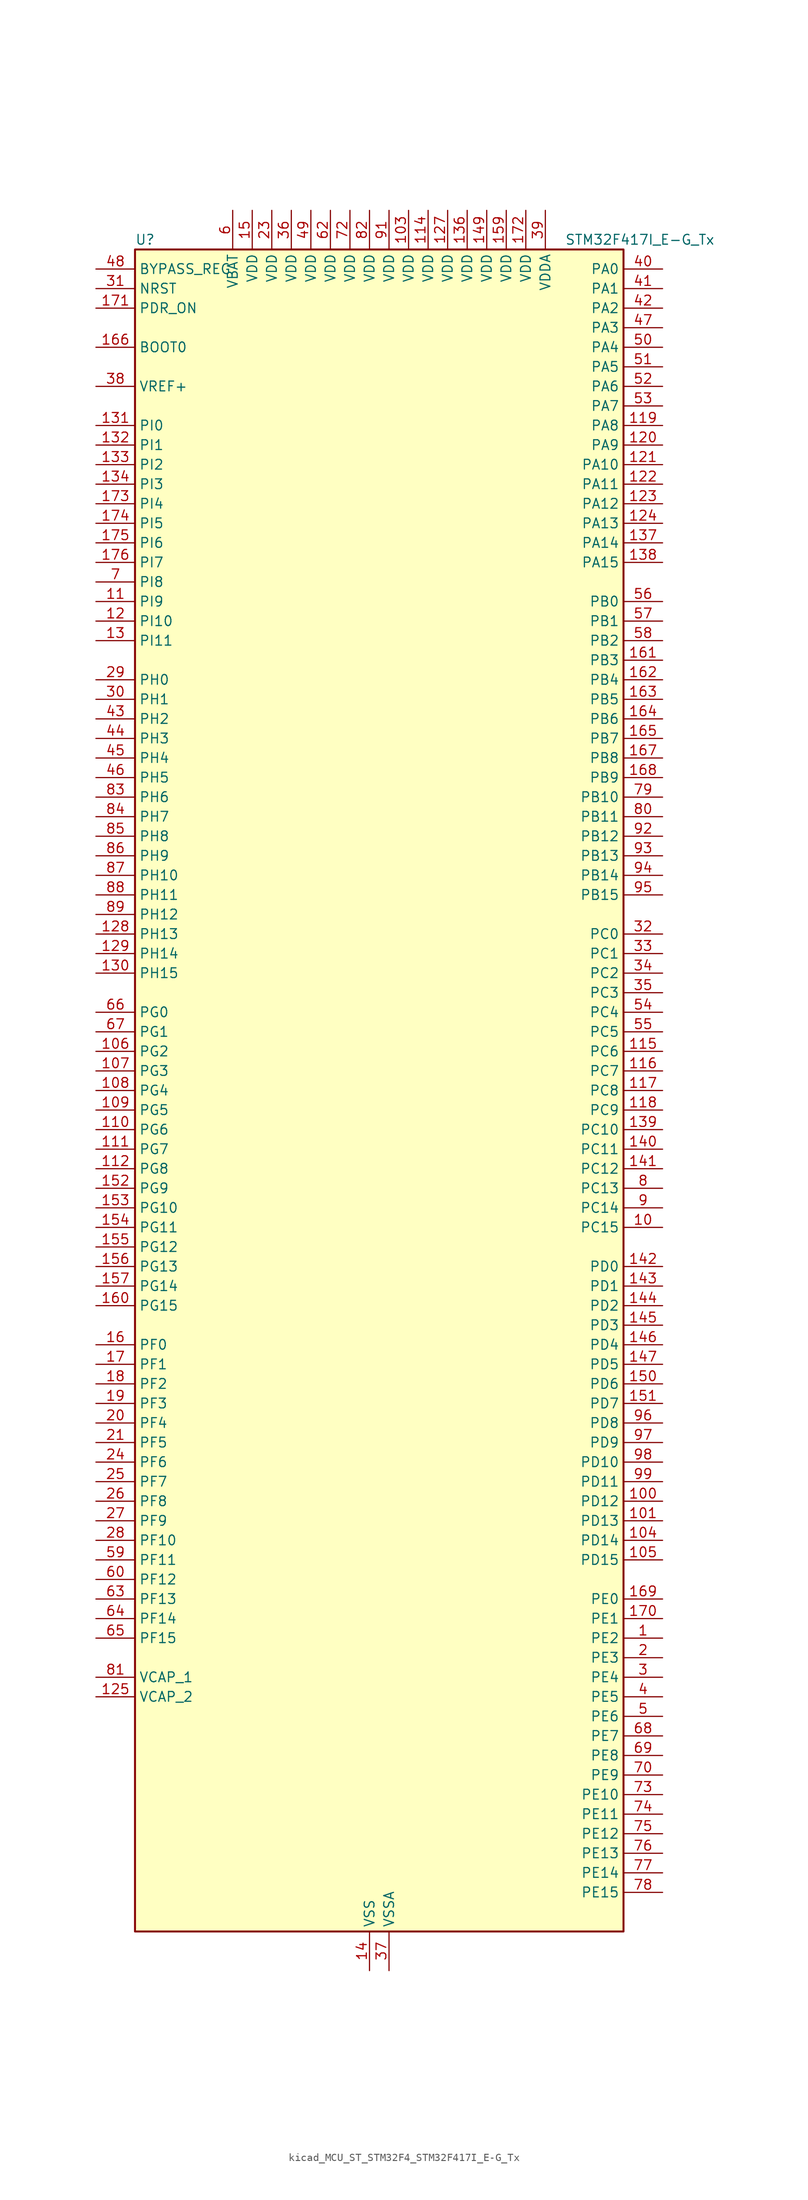
<source format=kicad_sym>
(kicad_symbol_lib
  (version 20220914)
  (generator kicad_symbol_editor)
  (symbol "kicad_MCU_ST_STM32F4_STM32F417I_E-G_Tx"
    (property "Reference" "U"
      (at -30.48 110.49 0)
      (effects (font (size 1.27 1.27)) (justify left)))
    (property "Value" "STM32F417I_E-G_Tx"
      (at 25.4 110.49 0)
      (effects (font (size 1.27 1.27)) (justify left)))
    (property "ki_locked" ""
      (at 0 0 0)
      (effects (font (size 1.27 1.27))))
    (symbol "kicad_MCU_ST_STM32F4_STM32F417I_E-G_Tx_0_1"
      (rectangle (start -30.48 -109.22) (end 33.02 109.22) (stroke (width 0.254) (type default)) (fill (type background))))
    (symbol "kicad_MCU_ST_STM32F4_STM32F417I_E-G_Tx_1_1"
      (pin bidirectional line (at 38.1 -71.12 180) (length 5.08) (name "PE2" (effects (font (size 1.27 1.27)))) (number "1" (effects (font (size 1.27 1.27)))) (alternate "ETH_TXD3" bidirectional line) (alternate "FSMC_A23" bidirectional line) (alternate "SYS_TRACECLK" bidirectional line))
      (pin bidirectional line (at 38.1 -17.78 180) (length 5.08) (name "PC15" (effects (font (size 1.27 1.27)))) (number "10" (effects (font (size 1.27 1.27)))) (alternate "ADC1_EXTI15" bidirectional line) (alternate "ADC2_EXTI15" bidirectional line) (alternate "ADC3_EXTI15" bidirectional line) (alternate "RCC_OSC32_OUT" bidirectional line))
      (pin bidirectional line (at 38.1 -53.34 180) (length 5.08) (name "PD12" (effects (font (size 1.27 1.27)))) (number "100" (effects (font (size 1.27 1.27)))) (alternate "FSMC_A17" bidirectional line) (alternate "FSMC_ALE" bidirectional line) (alternate "TIM4_CH1" bidirectional line) (alternate "USART3_RTS" bidirectional line))
      (pin bidirectional line (at 38.1 -55.88 180) (length 5.08) (name "PD13" (effects (font (size 1.27 1.27)))) (number "101" (effects (font (size 1.27 1.27)))) (alternate "FSMC_A18" bidirectional line) (alternate "TIM4_CH2" bidirectional line))
      (pin passive line (at 0 -114.3 90) (length 5.08) hide (name "VSS" (effects (font (size 1.27 1.27)))) (number "102" (effects (font (size 1.27 1.27)))))
      (pin power_in line (at 5.08 114.3 270) (length 5.08) (name "VDD" (effects (font (size 1.27 1.27)))) (number "103" (effects (font (size 1.27 1.27)))))
      (pin bidirectional line (at 38.1 -58.42 180) (length 5.08) (name "PD14" (effects (font (size 1.27 1.27)))) (number "104" (effects (font (size 1.27 1.27)))) (alternate "FSMC_D0" bidirectional line) (alternate "FSMC_DA0" bidirectional line) (alternate "TIM4_CH3" bidirectional line))
      (pin bidirectional line (at 38.1 -60.96 180) (length 5.08) (name "PD15" (effects (font (size 1.27 1.27)))) (number "105" (effects (font (size 1.27 1.27)))) (alternate "ADC1_EXTI15" bidirectional line) (alternate "ADC2_EXTI15" bidirectional line) (alternate "ADC3_EXTI15" bidirectional line) (alternate "FSMC_D1" bidirectional line) (alternate "FSMC_DA1" bidirectional line) (alternate "TIM4_CH4" bidirectional line))
      (pin bidirectional line (at -35.56 5.08 0) (length 5.08) (name "PG2" (effects (font (size 1.27 1.27)))) (number "106" (effects (font (size 1.27 1.27)))) (alternate "FSMC_A12" bidirectional line))
      (pin bidirectional line (at -35.56 2.54 0) (length 5.08) (name "PG3" (effects (font (size 1.27 1.27)))) (number "107" (effects (font (size 1.27 1.27)))) (alternate "FSMC_A13" bidirectional line))
      (pin bidirectional line (at -35.56 0 0) (length 5.08) (name "PG4" (effects (font (size 1.27 1.27)))) (number "108" (effects (font (size 1.27 1.27)))) (alternate "FSMC_A14" bidirectional line))
      (pin bidirectional line (at -35.56 -2.54 0) (length 5.08) (name "PG5" (effects (font (size 1.27 1.27)))) (number "109" (effects (font (size 1.27 1.27)))) (alternate "FSMC_A15" bidirectional line))
      (pin bidirectional line (at -35.56 63.5 0) (length 5.08) (name "PI9" (effects (font (size 1.27 1.27)))) (number "11" (effects (font (size 1.27 1.27)))) (alternate "CAN1_RX" bidirectional line) (alternate "DAC_EXTI9" bidirectional line))
      (pin bidirectional line (at -35.56 -5.08 0) (length 5.08) (name "PG6" (effects (font (size 1.27 1.27)))) (number "110" (effects (font (size 1.27 1.27)))) (alternate "FSMC_INT2" bidirectional line))
      (pin bidirectional line (at -35.56 -7.62 0) (length 5.08) (name "PG7" (effects (font (size 1.27 1.27)))) (number "111" (effects (font (size 1.27 1.27)))) (alternate "FSMC_INT3" bidirectional line) (alternate "USART6_CK" bidirectional line))
      (pin bidirectional line (at -35.56 -10.16 0) (length 5.08) (name "PG8" (effects (font (size 1.27 1.27)))) (number "112" (effects (font (size 1.27 1.27)))) (alternate "ETH_PPS_OUT" bidirectional line) (alternate "USART6_RTS" bidirectional line))
      (pin passive line (at 0 -114.3 90) (length 5.08) hide (name "VSS" (effects (font (size 1.27 1.27)))) (number "113" (effects (font (size 1.27 1.27)))))
      (pin power_in line (at 7.62 114.3 270) (length 5.08) (name "VDD" (effects (font (size 1.27 1.27)))) (number "114" (effects (font (size 1.27 1.27)))))
      (pin bidirectional line (at 38.1 5.08 180) (length 5.08) (name "PC6" (effects (font (size 1.27 1.27)))) (number "115" (effects (font (size 1.27 1.27)))) (alternate "DCMI_D0" bidirectional line) (alternate "I2S2_MCK" bidirectional line) (alternate "SDIO_D6" bidirectional line) (alternate "TIM3_CH1" bidirectional line) (alternate "TIM8_CH1" bidirectional line) (alternate "USART6_TX" bidirectional line))
      (pin bidirectional line (at 38.1 2.54 180) (length 5.08) (name "PC7" (effects (font (size 1.27 1.27)))) (number "116" (effects (font (size 1.27 1.27)))) (alternate "DCMI_D1" bidirectional line) (alternate "I2S3_MCK" bidirectional line) (alternate "SDIO_D7" bidirectional line) (alternate "TIM3_CH2" bidirectional line) (alternate "TIM8_CH2" bidirectional line) (alternate "USART6_RX" bidirectional line))
      (pin bidirectional line (at 38.1 0 180) (length 5.08) (name "PC8" (effects (font (size 1.27 1.27)))) (number "117" (effects (font (size 1.27 1.27)))) (alternate "DCMI_D2" bidirectional line) (alternate "SDIO_D0" bidirectional line) (alternate "TIM3_CH3" bidirectional line) (alternate "TIM8_CH3" bidirectional line) (alternate "USART6_CK" bidirectional line))
      (pin bidirectional line (at 38.1 -2.54 180) (length 5.08) (name "PC9" (effects (font (size 1.27 1.27)))) (number "118" (effects (font (size 1.27 1.27)))) (alternate "DAC_EXTI9" bidirectional line) (alternate "DCMI_D3" bidirectional line) (alternate "I2C3_SDA" bidirectional line) (alternate "I2S_CKIN" bidirectional line) (alternate "RCC_MCO_2" bidirectional line) (alternate "SDIO_D1" bidirectional line) (alternate "TIM3_CH4" bidirectional line) (alternate "TIM8_CH4" bidirectional line))
      (pin bidirectional line (at 38.1 86.36 180) (length 5.08) (name "PA8" (effects (font (size 1.27 1.27)))) (number "119" (effects (font (size 1.27 1.27)))) (alternate "I2C3_SCL" bidirectional line) (alternate "RCC_MCO_1" bidirectional line) (alternate "TIM1_CH1" bidirectional line) (alternate "USART1_CK" bidirectional line) (alternate "USB_OTG_FS_SOF" bidirectional line))
      (pin bidirectional line (at -35.56 60.96 0) (length 5.08) (name "PI10" (effects (font (size 1.27 1.27)))) (number "12" (effects (font (size 1.27 1.27)))) (alternate "ETH_RX_ER" bidirectional line))
      (pin bidirectional line (at 38.1 83.82 180) (length 5.08) (name "PA9" (effects (font (size 1.27 1.27)))) (number "120" (effects (font (size 1.27 1.27)))) (alternate "DAC_EXTI9" bidirectional line) (alternate "DCMI_D0" bidirectional line) (alternate "I2C3_SMBA" bidirectional line) (alternate "TIM1_CH2" bidirectional line) (alternate "USART1_TX" bidirectional line) (alternate "USB_OTG_FS_VBUS" bidirectional line))
      (pin bidirectional line (at 38.1 81.28 180) (length 5.08) (name "PA10" (effects (font (size 1.27 1.27)))) (number "121" (effects (font (size 1.27 1.27)))) (alternate "DCMI_D1" bidirectional line) (alternate "TIM1_CH3" bidirectional line) (alternate "USART1_RX" bidirectional line) (alternate "USB_OTG_FS_ID" bidirectional line))
      (pin bidirectional line (at 38.1 78.74 180) (length 5.08) (name "PA11" (effects (font (size 1.27 1.27)))) (number "122" (effects (font (size 1.27 1.27)))) (alternate "ADC1_EXTI11" bidirectional line) (alternate "ADC2_EXTI11" bidirectional line) (alternate "ADC3_EXTI11" bidirectional line) (alternate "CAN1_RX" bidirectional line) (alternate "TIM1_CH4" bidirectional line) (alternate "USART1_CTS" bidirectional line) (alternate "USB_OTG_FS_DM" bidirectional line))
      (pin bidirectional line (at 38.1 76.2 180) (length 5.08) (name "PA12" (effects (font (size 1.27 1.27)))) (number "123" (effects (font (size 1.27 1.27)))) (alternate "CAN1_TX" bidirectional line) (alternate "TIM1_ETR" bidirectional line) (alternate "USART1_RTS" bidirectional line) (alternate "USB_OTG_FS_DP" bidirectional line))
      (pin bidirectional line (at 38.1 73.66 180) (length 5.08) (name "PA13" (effects (font (size 1.27 1.27)))) (number "124" (effects (font (size 1.27 1.27)))) (alternate "SYS_JTMS-SWDIO" bidirectional line))
      (pin power_out line (at -35.56 -78.74 0) (length 5.08) (name "VCAP_2" (effects (font (size 1.27 1.27)))) (number "125" (effects (font (size 1.27 1.27)))))
      (pin passive line (at 0 -114.3 90) (length 5.08) hide (name "VSS" (effects (font (size 1.27 1.27)))) (number "126" (effects (font (size 1.27 1.27)))))
      (pin power_in line (at 10.16 114.3 270) (length 5.08) (name "VDD" (effects (font (size 1.27 1.27)))) (number "127" (effects (font (size 1.27 1.27)))))
      (pin bidirectional line (at -35.56 20.32 0) (length 5.08) (name "PH13" (effects (font (size 1.27 1.27)))) (number "128" (effects (font (size 1.27 1.27)))) (alternate "CAN1_TX" bidirectional line) (alternate "TIM8_CH1N" bidirectional line))
      (pin bidirectional line (at -35.56 17.78 0) (length 5.08) (name "PH14" (effects (font (size 1.27 1.27)))) (number "129" (effects (font (size 1.27 1.27)))) (alternate "DCMI_D4" bidirectional line) (alternate "TIM8_CH2N" bidirectional line))
      (pin bidirectional line (at -35.56 58.42 0) (length 5.08) (name "PI11" (effects (font (size 1.27 1.27)))) (number "13" (effects (font (size 1.27 1.27)))) (alternate "ADC1_EXTI11" bidirectional line) (alternate "ADC2_EXTI11" bidirectional line) (alternate "ADC3_EXTI11" bidirectional line) (alternate "USB_OTG_HS_ULPI_DIR" bidirectional line))
      (pin bidirectional line (at -35.56 15.24 0) (length 5.08) (name "PH15" (effects (font (size 1.27 1.27)))) (number "130" (effects (font (size 1.27 1.27)))) (alternate "ADC1_EXTI15" bidirectional line) (alternate "ADC2_EXTI15" bidirectional line) (alternate "ADC3_EXTI15" bidirectional line) (alternate "DCMI_D11" bidirectional line) (alternate "TIM8_CH3N" bidirectional line))
      (pin bidirectional line (at -35.56 86.36 0) (length 5.08) (name "PI0" (effects (font (size 1.27 1.27)))) (number "131" (effects (font (size 1.27 1.27)))) (alternate "DCMI_D13" bidirectional line) (alternate "I2S2_WS" bidirectional line) (alternate "SPI2_NSS" bidirectional line) (alternate "TIM5_CH4" bidirectional line))
      (pin bidirectional line (at -35.56 83.82 0) (length 5.08) (name "PI1" (effects (font (size 1.27 1.27)))) (number "132" (effects (font (size 1.27 1.27)))) (alternate "DCMI_D8" bidirectional line) (alternate "I2S2_CK" bidirectional line) (alternate "SPI2_SCK" bidirectional line))
      (pin bidirectional line (at -35.56 81.28 0) (length 5.08) (name "PI2" (effects (font (size 1.27 1.27)))) (number "133" (effects (font (size 1.27 1.27)))) (alternate "DCMI_D9" bidirectional line) (alternate "I2S2_ext_SD" bidirectional line) (alternate "SPI2_MISO" bidirectional line) (alternate "TIM8_CH4" bidirectional line))
      (pin bidirectional line (at -35.56 78.74 0) (length 5.08) (name "PI3" (effects (font (size 1.27 1.27)))) (number "134" (effects (font (size 1.27 1.27)))) (alternate "DCMI_D10" bidirectional line) (alternate "I2S2_SD" bidirectional line) (alternate "SPI2_MOSI" bidirectional line) (alternate "TIM8_ETR" bidirectional line))
      (pin passive line (at 0 -114.3 90) (length 5.08) hide (name "VSS" (effects (font (size 1.27 1.27)))) (number "135" (effects (font (size 1.27 1.27)))))
      (pin power_in line (at 12.7 114.3 270) (length 5.08) (name "VDD" (effects (font (size 1.27 1.27)))) (number "136" (effects (font (size 1.27 1.27)))))
      (pin bidirectional line (at 38.1 71.12 180) (length 5.08) (name "PA14" (effects (font (size 1.27 1.27)))) (number "137" (effects (font (size 1.27 1.27)))) (alternate "SYS_JTCK-SWCLK" bidirectional line))
      (pin bidirectional line (at 38.1 68.58 180) (length 5.08) (name "PA15" (effects (font (size 1.27 1.27)))) (number "138" (effects (font (size 1.27 1.27)))) (alternate "ADC1_EXTI15" bidirectional line) (alternate "ADC2_EXTI15" bidirectional line) (alternate "ADC3_EXTI15" bidirectional line) (alternate "I2S3_WS" bidirectional line) (alternate "SPI1_NSS" bidirectional line) (alternate "SPI3_NSS" bidirectional line) (alternate "SYS_JTDI" bidirectional line) (alternate "TIM2_CH1" bidirectional line) (alternate "TIM2_ETR" bidirectional line))
      (pin bidirectional line (at 38.1 -5.08 180) (length 5.08) (name "PC10" (effects (font (size 1.27 1.27)))) (number "139" (effects (font (size 1.27 1.27)))) (alternate "DCMI_D8" bidirectional line) (alternate "I2S3_CK" bidirectional line) (alternate "SDIO_D2" bidirectional line) (alternate "SPI3_SCK" bidirectional line) (alternate "UART4_TX" bidirectional line) (alternate "USART3_TX" bidirectional line))
      (pin power_in line (at 0 -114.3 90) (length 5.08) (name "VSS" (effects (font (size 1.27 1.27)))) (number "14" (effects (font (size 1.27 1.27)))))
      (pin bidirectional line (at 38.1 -7.62 180) (length 5.08) (name "PC11" (effects (font (size 1.27 1.27)))) (number "140" (effects (font (size 1.27 1.27)))) (alternate "ADC1_EXTI11" bidirectional line) (alternate "ADC2_EXTI11" bidirectional line) (alternate "ADC3_EXTI11" bidirectional line) (alternate "DCMI_D4" bidirectional line) (alternate "I2S3_ext_SD" bidirectional line) (alternate "SDIO_D3" bidirectional line) (alternate "SPI3_MISO" bidirectional line) (alternate "UART4_RX" bidirectional line) (alternate "USART3_RX" bidirectional line))
      (pin bidirectional line (at 38.1 -10.16 180) (length 5.08) (name "PC12" (effects (font (size 1.27 1.27)))) (number "141" (effects (font (size 1.27 1.27)))) (alternate "DCMI_D9" bidirectional line) (alternate "I2S3_SD" bidirectional line) (alternate "SDIO_CK" bidirectional line) (alternate "SPI3_MOSI" bidirectional line) (alternate "UART5_TX" bidirectional line) (alternate "USART3_CK" bidirectional line))
      (pin bidirectional line (at 38.1 -22.86 180) (length 5.08) (name "PD0" (effects (font (size 1.27 1.27)))) (number "142" (effects (font (size 1.27 1.27)))) (alternate "CAN1_RX" bidirectional line) (alternate "FSMC_D2" bidirectional line) (alternate "FSMC_DA2" bidirectional line))
      (pin bidirectional line (at 38.1 -25.4 180) (length 5.08) (name "PD1" (effects (font (size 1.27 1.27)))) (number "143" (effects (font (size 1.27 1.27)))) (alternate "CAN1_TX" bidirectional line) (alternate "FSMC_D3" bidirectional line) (alternate "FSMC_DA3" bidirectional line))
      (pin bidirectional line (at 38.1 -27.94 180) (length 5.08) (name "PD2" (effects (font (size 1.27 1.27)))) (number "144" (effects (font (size 1.27 1.27)))) (alternate "DCMI_D11" bidirectional line) (alternate "SDIO_CMD" bidirectional line) (alternate "TIM3_ETR" bidirectional line) (alternate "UART5_RX" bidirectional line))
      (pin bidirectional line (at 38.1 -30.48 180) (length 5.08) (name "PD3" (effects (font (size 1.27 1.27)))) (number "145" (effects (font (size 1.27 1.27)))) (alternate "FSMC_CLK" bidirectional line) (alternate "USART2_CTS" bidirectional line))
      (pin bidirectional line (at 38.1 -33.02 180) (length 5.08) (name "PD4" (effects (font (size 1.27 1.27)))) (number "146" (effects (font (size 1.27 1.27)))) (alternate "FSMC_NOE" bidirectional line) (alternate "USART2_RTS" bidirectional line))
      (pin bidirectional line (at 38.1 -35.56 180) (length 5.08) (name "PD5" (effects (font (size 1.27 1.27)))) (number "147" (effects (font (size 1.27 1.27)))) (alternate "FSMC_NWE" bidirectional line) (alternate "USART2_TX" bidirectional line))
      (pin passive line (at 0 -114.3 90) (length 5.08) hide (name "VSS" (effects (font (size 1.27 1.27)))) (number "148" (effects (font (size 1.27 1.27)))))
      (pin power_in line (at 15.24 114.3 270) (length 5.08) (name "VDD" (effects (font (size 1.27 1.27)))) (number "149" (effects (font (size 1.27 1.27)))))
      (pin power_in line (at -15.24 114.3 270) (length 5.08) (name "VDD" (effects (font (size 1.27 1.27)))) (number "15" (effects (font (size 1.27 1.27)))))
      (pin bidirectional line (at 38.1 -38.1 180) (length 5.08) (name "PD6" (effects (font (size 1.27 1.27)))) (number "150" (effects (font (size 1.27 1.27)))) (alternate "FSMC_NWAIT" bidirectional line) (alternate "USART2_RX" bidirectional line))
      (pin bidirectional line (at 38.1 -40.64 180) (length 5.08) (name "PD7" (effects (font (size 1.27 1.27)))) (number "151" (effects (font (size 1.27 1.27)))) (alternate "FSMC_NCE2" bidirectional line) (alternate "FSMC_NE1" bidirectional line) (alternate "USART2_CK" bidirectional line))
      (pin bidirectional line (at -35.56 -12.7 0) (length 5.08) (name "PG9" (effects (font (size 1.27 1.27)))) (number "152" (effects (font (size 1.27 1.27)))) (alternate "DAC_EXTI9" bidirectional line) (alternate "FSMC_NCE3" bidirectional line) (alternate "FSMC_NE2" bidirectional line) (alternate "USART6_RX" bidirectional line))
      (pin bidirectional line (at -35.56 -15.24 0) (length 5.08) (name "PG10" (effects (font (size 1.27 1.27)))) (number "153" (effects (font (size 1.27 1.27)))) (alternate "FSMC_NCE4_1" bidirectional line) (alternate "FSMC_NE3" bidirectional line))
      (pin bidirectional line (at -35.56 -17.78 0) (length 5.08) (name "PG11" (effects (font (size 1.27 1.27)))) (number "154" (effects (font (size 1.27 1.27)))) (alternate "ADC1_EXTI11" bidirectional line) (alternate "ADC2_EXTI11" bidirectional line) (alternate "ADC3_EXTI11" bidirectional line) (alternate "ETH_TX_EN" bidirectional line) (alternate "FSMC_NCE4_2" bidirectional line))
      (pin bidirectional line (at -35.56 -20.32 0) (length 5.08) (name "PG12" (effects (font (size 1.27 1.27)))) (number "155" (effects (font (size 1.27 1.27)))) (alternate "FSMC_NE4" bidirectional line) (alternate "USART6_RTS" bidirectional line))
      (pin bidirectional line (at -35.56 -22.86 0) (length 5.08) (name "PG13" (effects (font (size 1.27 1.27)))) (number "156" (effects (font (size 1.27 1.27)))) (alternate "ETH_TXD0" bidirectional line) (alternate "FSMC_A24" bidirectional line) (alternate "USART6_CTS" bidirectional line))
      (pin bidirectional line (at -35.56 -25.4 0) (length 5.08) (name "PG14" (effects (font (size 1.27 1.27)))) (number "157" (effects (font (size 1.27 1.27)))) (alternate "ETH_TXD1" bidirectional line) (alternate "FSMC_A25" bidirectional line) (alternate "USART6_TX" bidirectional line))
      (pin passive line (at 0 -114.3 90) (length 5.08) hide (name "VSS" (effects (font (size 1.27 1.27)))) (number "158" (effects (font (size 1.27 1.27)))))
      (pin power_in line (at 17.78 114.3 270) (length 5.08) (name "VDD" (effects (font (size 1.27 1.27)))) (number "159" (effects (font (size 1.27 1.27)))))
      (pin bidirectional line (at -35.56 -33.02 0) (length 5.08) (name "PF0" (effects (font (size 1.27 1.27)))) (number "16" (effects (font (size 1.27 1.27)))) (alternate "FSMC_A0" bidirectional line) (alternate "I2C2_SDA" bidirectional line))
      (pin bidirectional line (at -35.56 -27.94 0) (length 5.08) (name "PG15" (effects (font (size 1.27 1.27)))) (number "160" (effects (font (size 1.27 1.27)))) (alternate "ADC1_EXTI15" bidirectional line) (alternate "ADC2_EXTI15" bidirectional line) (alternate "ADC3_EXTI15" bidirectional line) (alternate "DCMI_D13" bidirectional line) (alternate "USART6_CTS" bidirectional line))
      (pin bidirectional line (at 38.1 55.88 180) (length 5.08) (name "PB3" (effects (font (size 1.27 1.27)))) (number "161" (effects (font (size 1.27 1.27)))) (alternate "I2S3_CK" bidirectional line) (alternate "SPI1_SCK" bidirectional line) (alternate "SPI3_SCK" bidirectional line) (alternate "SYS_JTDO-SWO" bidirectional line) (alternate "TIM2_CH2" bidirectional line))
      (pin bidirectional line (at 38.1 53.34 180) (length 5.08) (name "PB4" (effects (font (size 1.27 1.27)))) (number "162" (effects (font (size 1.27 1.27)))) (alternate "I2S3_ext_SD" bidirectional line) (alternate "SPI1_MISO" bidirectional line) (alternate "SPI3_MISO" bidirectional line) (alternate "SYS_JTRST" bidirectional line) (alternate "TIM3_CH1" bidirectional line))
      (pin bidirectional line (at 38.1 50.8 180) (length 5.08) (name "PB5" (effects (font (size 1.27 1.27)))) (number "163" (effects (font (size 1.27 1.27)))) (alternate "CAN2_RX" bidirectional line) (alternate "DCMI_D10" bidirectional line) (alternate "ETH_PPS_OUT" bidirectional line) (alternate "I2C1_SMBA" bidirectional line) (alternate "I2S3_SD" bidirectional line) (alternate "SPI1_MOSI" bidirectional line) (alternate "SPI3_MOSI" bidirectional line) (alternate "TIM3_CH2" bidirectional line) (alternate "USB_OTG_HS_ULPI_D7" bidirectional line))
      (pin bidirectional line (at 38.1 48.26 180) (length 5.08) (name "PB6" (effects (font (size 1.27 1.27)))) (number "164" (effects (font (size 1.27 1.27)))) (alternate "CAN2_TX" bidirectional line) (alternate "DCMI_D5" bidirectional line) (alternate "I2C1_SCL" bidirectional line) (alternate "TIM4_CH1" bidirectional line) (alternate "USART1_TX" bidirectional line))
      (pin bidirectional line (at 38.1 45.72 180) (length 5.08) (name "PB7" (effects (font (size 1.27 1.27)))) (number "165" (effects (font (size 1.27 1.27)))) (alternate "DCMI_VSYNC" bidirectional line) (alternate "FSMC_NL" bidirectional line) (alternate "I2C1_SDA" bidirectional line) (alternate "TIM4_CH2" bidirectional line) (alternate "USART1_RX" bidirectional line))
      (pin input line (at -35.56 96.52 0) (length 5.08) (name "BOOT0" (effects (font (size 1.27 1.27)))) (number "166" (effects (font (size 1.27 1.27)))))
      (pin bidirectional line (at 38.1 43.18 180) (length 5.08) (name "PB8" (effects (font (size 1.27 1.27)))) (number "167" (effects (font (size 1.27 1.27)))) (alternate "CAN1_RX" bidirectional line) (alternate "DCMI_D6" bidirectional line) (alternate "ETH_TXD3" bidirectional line) (alternate "I2C1_SCL" bidirectional line) (alternate "SDIO_D4" bidirectional line) (alternate "TIM10_CH1" bidirectional line) (alternate "TIM4_CH3" bidirectional line))
      (pin bidirectional line (at 38.1 40.64 180) (length 5.08) (name "PB9" (effects (font (size 1.27 1.27)))) (number "168" (effects (font (size 1.27 1.27)))) (alternate "CAN1_TX" bidirectional line) (alternate "DAC_EXTI9" bidirectional line) (alternate "DCMI_D7" bidirectional line) (alternate "I2C1_SDA" bidirectional line) (alternate "I2S2_WS" bidirectional line) (alternate "SDIO_D5" bidirectional line) (alternate "SPI2_NSS" bidirectional line) (alternate "TIM11_CH1" bidirectional line) (alternate "TIM4_CH4" bidirectional line))
      (pin bidirectional line (at 38.1 -66.04 180) (length 5.08) (name "PE0" (effects (font (size 1.27 1.27)))) (number "169" (effects (font (size 1.27 1.27)))) (alternate "DCMI_D2" bidirectional line) (alternate "FSMC_NBL0" bidirectional line) (alternate "TIM4_ETR" bidirectional line))
      (pin bidirectional line (at -35.56 -35.56 0) (length 5.08) (name "PF1" (effects (font (size 1.27 1.27)))) (number "17" (effects (font (size 1.27 1.27)))) (alternate "FSMC_A1" bidirectional line) (alternate "I2C2_SCL" bidirectional line))
      (pin bidirectional line (at 38.1 -68.58 180) (length 5.08) (name "PE1" (effects (font (size 1.27 1.27)))) (number "170" (effects (font (size 1.27 1.27)))) (alternate "DCMI_D3" bidirectional line) (alternate "FSMC_NBL1" bidirectional line))
      (pin input line (at -35.56 101.6 0) (length 5.08) (name "PDR_ON" (effects (font (size 1.27 1.27)))) (number "171" (effects (font (size 1.27 1.27)))))
      (pin power_in line (at 20.32 114.3 270) (length 5.08) (name "VDD" (effects (font (size 1.27 1.27)))) (number "172" (effects (font (size 1.27 1.27)))))
      (pin bidirectional line (at -35.56 76.2 0) (length 5.08) (name "PI4" (effects (font (size 1.27 1.27)))) (number "173" (effects (font (size 1.27 1.27)))) (alternate "DCMI_D5" bidirectional line) (alternate "TIM8_BKIN" bidirectional line))
      (pin bidirectional line (at -35.56 73.66 0) (length 5.08) (name "PI5" (effects (font (size 1.27 1.27)))) (number "174" (effects (font (size 1.27 1.27)))) (alternate "DCMI_VSYNC" bidirectional line) (alternate "TIM8_CH1" bidirectional line))
      (pin bidirectional line (at -35.56 71.12 0) (length 5.08) (name "PI6" (effects (font (size 1.27 1.27)))) (number "175" (effects (font (size 1.27 1.27)))) (alternate "DCMI_D6" bidirectional line) (alternate "TIM8_CH2" bidirectional line))
      (pin bidirectional line (at -35.56 68.58 0) (length 5.08) (name "PI7" (effects (font (size 1.27 1.27)))) (number "176" (effects (font (size 1.27 1.27)))) (alternate "DCMI_D7" bidirectional line) (alternate "TIM8_CH3" bidirectional line))
      (pin bidirectional line (at -35.56 -38.1 0) (length 5.08) (name "PF2" (effects (font (size 1.27 1.27)))) (number "18" (effects (font (size 1.27 1.27)))) (alternate "FSMC_A2" bidirectional line) (alternate "I2C2_SMBA" bidirectional line))
      (pin bidirectional line (at -35.56 -40.64 0) (length 5.08) (name "PF3" (effects (font (size 1.27 1.27)))) (number "19" (effects (font (size 1.27 1.27)))) (alternate "ADC3_IN9" bidirectional line) (alternate "FSMC_A3" bidirectional line))
      (pin bidirectional line (at 38.1 -73.66 180) (length 5.08) (name "PE3" (effects (font (size 1.27 1.27)))) (number "2" (effects (font (size 1.27 1.27)))) (alternate "FSMC_A19" bidirectional line) (alternate "SYS_TRACED0" bidirectional line))
      (pin bidirectional line (at -35.56 -43.18 0) (length 5.08) (name "PF4" (effects (font (size 1.27 1.27)))) (number "20" (effects (font (size 1.27 1.27)))) (alternate "ADC3_IN14" bidirectional line) (alternate "FSMC_A4" bidirectional line))
      (pin bidirectional line (at -35.56 -45.72 0) (length 5.08) (name "PF5" (effects (font (size 1.27 1.27)))) (number "21" (effects (font (size 1.27 1.27)))) (alternate "ADC3_IN15" bidirectional line) (alternate "FSMC_A5" bidirectional line))
      (pin passive line (at 0 -114.3 90) (length 5.08) hide (name "VSS" (effects (font (size 1.27 1.27)))) (number "22" (effects (font (size 1.27 1.27)))))
      (pin power_in line (at -12.7 114.3 270) (length 5.08) (name "VDD" (effects (font (size 1.27 1.27)))) (number "23" (effects (font (size 1.27 1.27)))))
      (pin bidirectional line (at -35.56 -48.26 0) (length 5.08) (name "PF6" (effects (font (size 1.27 1.27)))) (number "24" (effects (font (size 1.27 1.27)))) (alternate "ADC3_IN4" bidirectional line) (alternate "FSMC_NIORD" bidirectional line) (alternate "TIM10_CH1" bidirectional line))
      (pin bidirectional line (at -35.56 -50.8 0) (length 5.08) (name "PF7" (effects (font (size 1.27 1.27)))) (number "25" (effects (font (size 1.27 1.27)))) (alternate "ADC3_IN5" bidirectional line) (alternate "FSMC_NREG" bidirectional line) (alternate "TIM11_CH1" bidirectional line))
      (pin bidirectional line (at -35.56 -53.34 0) (length 5.08) (name "PF8" (effects (font (size 1.27 1.27)))) (number "26" (effects (font (size 1.27 1.27)))) (alternate "ADC3_IN6" bidirectional line) (alternate "FSMC_NIOWR" bidirectional line) (alternate "TIM13_CH1" bidirectional line))
      (pin bidirectional line (at -35.56 -55.88 0) (length 5.08) (name "PF9" (effects (font (size 1.27 1.27)))) (number "27" (effects (font (size 1.27 1.27)))) (alternate "ADC3_IN7" bidirectional line) (alternate "DAC_EXTI9" bidirectional line) (alternate "FSMC_CD" bidirectional line) (alternate "TIM14_CH1" bidirectional line))
      (pin bidirectional line (at -35.56 -58.42 0) (length 5.08) (name "PF10" (effects (font (size 1.27 1.27)))) (number "28" (effects (font (size 1.27 1.27)))) (alternate "ADC3_IN8" bidirectional line) (alternate "FSMC_INTR" bidirectional line))
      (pin bidirectional line (at -35.56 53.34 0) (length 5.08) (name "PH0" (effects (font (size 1.27 1.27)))) (number "29" (effects (font (size 1.27 1.27)))) (alternate "RCC_OSC_IN" bidirectional line))
      (pin bidirectional line (at 38.1 -76.2 180) (length 5.08) (name "PE4" (effects (font (size 1.27 1.27)))) (number "3" (effects (font (size 1.27 1.27)))) (alternate "DCMI_D4" bidirectional line) (alternate "FSMC_A20" bidirectional line) (alternate "SYS_TRACED1" bidirectional line))
      (pin bidirectional line (at -35.56 50.8 0) (length 5.08) (name "PH1" (effects (font (size 1.27 1.27)))) (number "30" (effects (font (size 1.27 1.27)))) (alternate "RCC_OSC_OUT" bidirectional line))
      (pin input line (at -35.56 104.14 0) (length 5.08) (name "NRST" (effects (font (size 1.27 1.27)))) (number "31" (effects (font (size 1.27 1.27)))))
      (pin bidirectional line (at 38.1 20.32 180) (length 5.08) (name "PC0" (effects (font (size 1.27 1.27)))) (number "32" (effects (font (size 1.27 1.27)))) (alternate "ADC1_IN10" bidirectional line) (alternate "ADC2_IN10" bidirectional line) (alternate "ADC3_IN10" bidirectional line) (alternate "USB_OTG_HS_ULPI_STP" bidirectional line))
      (pin bidirectional line (at 38.1 17.78 180) (length 5.08) (name "PC1" (effects (font (size 1.27 1.27)))) (number "33" (effects (font (size 1.27 1.27)))) (alternate "ADC1_IN11" bidirectional line) (alternate "ADC2_IN11" bidirectional line) (alternate "ADC3_IN11" bidirectional line) (alternate "ETH_MDC" bidirectional line))
      (pin bidirectional line (at 38.1 15.24 180) (length 5.08) (name "PC2" (effects (font (size 1.27 1.27)))) (number "34" (effects (font (size 1.27 1.27)))) (alternate "ADC1_IN12" bidirectional line) (alternate "ADC2_IN12" bidirectional line) (alternate "ADC3_IN12" bidirectional line) (alternate "ETH_TXD2" bidirectional line) (alternate "I2S2_ext_SD" bidirectional line) (alternate "SPI2_MISO" bidirectional line) (alternate "USB_OTG_HS_ULPI_DIR" bidirectional line))
      (pin bidirectional line (at 38.1 12.7 180) (length 5.08) (name "PC3" (effects (font (size 1.27 1.27)))) (number "35" (effects (font (size 1.27 1.27)))) (alternate "ADC1_IN13" bidirectional line) (alternate "ADC2_IN13" bidirectional line) (alternate "ADC3_IN13" bidirectional line) (alternate "ETH_TX_CLK" bidirectional line) (alternate "I2S2_SD" bidirectional line) (alternate "SPI2_MOSI" bidirectional line) (alternate "USB_OTG_HS_ULPI_NXT" bidirectional line))
      (pin power_in line (at -10.16 114.3 270) (length 5.08) (name "VDD" (effects (font (size 1.27 1.27)))) (number "36" (effects (font (size 1.27 1.27)))))
      (pin power_in line (at 2.54 -114.3 90) (length 5.08) (name "VSSA" (effects (font (size 1.27 1.27)))) (number "37" (effects (font (size 1.27 1.27)))))
      (pin input line (at -35.56 91.44 0) (length 5.08) (name "VREF+" (effects (font (size 1.27 1.27)))) (number "38" (effects (font (size 1.27 1.27)))))
      (pin power_in line (at 22.86 114.3 270) (length 5.08) (name "VDDA" (effects (font (size 1.27 1.27)))) (number "39" (effects (font (size 1.27 1.27)))))
      (pin bidirectional line (at 38.1 -78.74 180) (length 5.08) (name "PE5" (effects (font (size 1.27 1.27)))) (number "4" (effects (font (size 1.27 1.27)))) (alternate "DCMI_D6" bidirectional line) (alternate "FSMC_A21" bidirectional line) (alternate "SYS_TRACED2" bidirectional line) (alternate "TIM9_CH1" bidirectional line))
      (pin bidirectional line (at 38.1 106.68 180) (length 5.08) (name "PA0" (effects (font (size 1.27 1.27)))) (number "40" (effects (font (size 1.27 1.27)))) (alternate "ADC1_IN0" bidirectional line) (alternate "ADC2_IN0" bidirectional line) (alternate "ADC3_IN0" bidirectional line) (alternate "ETH_CRS" bidirectional line) (alternate "SYS_WKUP" bidirectional line) (alternate "TIM2_CH1" bidirectional line) (alternate "TIM2_ETR" bidirectional line) (alternate "TIM5_CH1" bidirectional line) (alternate "TIM8_ETR" bidirectional line) (alternate "UART4_TX" bidirectional line) (alternate "USART2_CTS" bidirectional line))
      (pin bidirectional line (at 38.1 104.14 180) (length 5.08) (name "PA1" (effects (font (size 1.27 1.27)))) (number "41" (effects (font (size 1.27 1.27)))) (alternate "ADC1_IN1" bidirectional line) (alternate "ADC2_IN1" bidirectional line) (alternate "ADC3_IN1" bidirectional line) (alternate "ETH_REF_CLK" bidirectional line) (alternate "ETH_RX_CLK" bidirectional line) (alternate "TIM2_CH2" bidirectional line) (alternate "TIM5_CH2" bidirectional line) (alternate "UART4_RX" bidirectional line) (alternate "USART2_RTS" bidirectional line))
      (pin bidirectional line (at 38.1 101.6 180) (length 5.08) (name "PA2" (effects (font (size 1.27 1.27)))) (number "42" (effects (font (size 1.27 1.27)))) (alternate "ADC1_IN2" bidirectional line) (alternate "ADC2_IN2" bidirectional line) (alternate "ADC3_IN2" bidirectional line) (alternate "ETH_MDIO" bidirectional line) (alternate "TIM2_CH3" bidirectional line) (alternate "TIM5_CH3" bidirectional line) (alternate "TIM9_CH1" bidirectional line) (alternate "USART2_TX" bidirectional line))
      (pin bidirectional line (at -35.56 48.26 0) (length 5.08) (name "PH2" (effects (font (size 1.27 1.27)))) (number "43" (effects (font (size 1.27 1.27)))) (alternate "ETH_CRS" bidirectional line))
      (pin bidirectional line (at -35.56 45.72 0) (length 5.08) (name "PH3" (effects (font (size 1.27 1.27)))) (number "44" (effects (font (size 1.27 1.27)))) (alternate "ETH_COL" bidirectional line))
      (pin bidirectional line (at -35.56 43.18 0) (length 5.08) (name "PH4" (effects (font (size 1.27 1.27)))) (number "45" (effects (font (size 1.27 1.27)))) (alternate "I2C2_SCL" bidirectional line) (alternate "USB_OTG_HS_ULPI_NXT" bidirectional line))
      (pin bidirectional line (at -35.56 40.64 0) (length 5.08) (name "PH5" (effects (font (size 1.27 1.27)))) (number "46" (effects (font (size 1.27 1.27)))) (alternate "I2C2_SDA" bidirectional line))
      (pin bidirectional line (at 38.1 99.06 180) (length 5.08) (name "PA3" (effects (font (size 1.27 1.27)))) (number "47" (effects (font (size 1.27 1.27)))) (alternate "ADC1_IN3" bidirectional line) (alternate "ADC2_IN3" bidirectional line) (alternate "ADC3_IN3" bidirectional line) (alternate "ETH_COL" bidirectional line) (alternate "TIM2_CH4" bidirectional line) (alternate "TIM5_CH4" bidirectional line) (alternate "TIM9_CH2" bidirectional line) (alternate "USART2_RX" bidirectional line) (alternate "USB_OTG_HS_ULPI_D0" bidirectional line))
      (pin input line (at -35.56 106.68 0) (length 5.08) (name "BYPASS_REG" (effects (font (size 1.27 1.27)))) (number "48" (effects (font (size 1.27 1.27)))))
      (pin power_in line (at -7.62 114.3 270) (length 5.08) (name "VDD" (effects (font (size 1.27 1.27)))) (number "49" (effects (font (size 1.27 1.27)))))
      (pin bidirectional line (at 38.1 -81.28 180) (length 5.08) (name "PE6" (effects (font (size 1.27 1.27)))) (number "5" (effects (font (size 1.27 1.27)))) (alternate "DCMI_D7" bidirectional line) (alternate "FSMC_A22" bidirectional line) (alternate "SYS_TRACED3" bidirectional line) (alternate "TIM9_CH2" bidirectional line))
      (pin bidirectional line (at 38.1 96.52 180) (length 5.08) (name "PA4" (effects (font (size 1.27 1.27)))) (number "50" (effects (font (size 1.27 1.27)))) (alternate "ADC1_IN4" bidirectional line) (alternate "ADC2_IN4" bidirectional line) (alternate "DAC_OUT1" bidirectional line) (alternate "DCMI_HSYNC" bidirectional line) (alternate "I2S3_WS" bidirectional line) (alternate "SPI1_NSS" bidirectional line) (alternate "SPI3_NSS" bidirectional line) (alternate "USART2_CK" bidirectional line) (alternate "USB_OTG_HS_SOF" bidirectional line))
      (pin bidirectional line (at 38.1 93.98 180) (length 5.08) (name "PA5" (effects (font (size 1.27 1.27)))) (number "51" (effects (font (size 1.27 1.27)))) (alternate "ADC1_IN5" bidirectional line) (alternate "ADC2_IN5" bidirectional line) (alternate "DAC_OUT2" bidirectional line) (alternate "SPI1_SCK" bidirectional line) (alternate "TIM2_CH1" bidirectional line) (alternate "TIM2_ETR" bidirectional line) (alternate "TIM8_CH1N" bidirectional line) (alternate "USB_OTG_HS_ULPI_CK" bidirectional line))
      (pin bidirectional line (at 38.1 91.44 180) (length 5.08) (name "PA6" (effects (font (size 1.27 1.27)))) (number "52" (effects (font (size 1.27 1.27)))) (alternate "ADC1_IN6" bidirectional line) (alternate "ADC2_IN6" bidirectional line) (alternate "DCMI_PIXCLK" bidirectional line) (alternate "SPI1_MISO" bidirectional line) (alternate "TIM13_CH1" bidirectional line) (alternate "TIM1_BKIN" bidirectional line) (alternate "TIM3_CH1" bidirectional line) (alternate "TIM8_BKIN" bidirectional line))
      (pin bidirectional line (at 38.1 88.9 180) (length 5.08) (name "PA7" (effects (font (size 1.27 1.27)))) (number "53" (effects (font (size 1.27 1.27)))) (alternate "ADC1_IN7" bidirectional line) (alternate "ADC2_IN7" bidirectional line) (alternate "ETH_CRS_DV" bidirectional line) (alternate "ETH_RX_DV" bidirectional line) (alternate "SPI1_MOSI" bidirectional line) (alternate "TIM14_CH1" bidirectional line) (alternate "TIM1_CH1N" bidirectional line) (alternate "TIM3_CH2" bidirectional line) (alternate "TIM8_CH1N" bidirectional line))
      (pin bidirectional line (at 38.1 10.16 180) (length 5.08) (name "PC4" (effects (font (size 1.27 1.27)))) (number "54" (effects (font (size 1.27 1.27)))) (alternate "ADC1_IN14" bidirectional line) (alternate "ADC2_IN14" bidirectional line) (alternate "ETH_RXD0" bidirectional line))
      (pin bidirectional line (at 38.1 7.62 180) (length 5.08) (name "PC5" (effects (font (size 1.27 1.27)))) (number "55" (effects (font (size 1.27 1.27)))) (alternate "ADC1_IN15" bidirectional line) (alternate "ADC2_IN15" bidirectional line) (alternate "ETH_RXD1" bidirectional line))
      (pin bidirectional line (at 38.1 63.5 180) (length 5.08) (name "PB0" (effects (font (size 1.27 1.27)))) (number "56" (effects (font (size 1.27 1.27)))) (alternate "ADC1_IN8" bidirectional line) (alternate "ADC2_IN8" bidirectional line) (alternate "ETH_RXD2" bidirectional line) (alternate "TIM1_CH2N" bidirectional line) (alternate "TIM3_CH3" bidirectional line) (alternate "TIM8_CH2N" bidirectional line) (alternate "USB_OTG_HS_ULPI_D1" bidirectional line))
      (pin bidirectional line (at 38.1 60.96 180) (length 5.08) (name "PB1" (effects (font (size 1.27 1.27)))) (number "57" (effects (font (size 1.27 1.27)))) (alternate "ADC1_IN9" bidirectional line) (alternate "ADC2_IN9" bidirectional line) (alternate "ETH_RXD3" bidirectional line) (alternate "TIM1_CH3N" bidirectional line) (alternate "TIM3_CH4" bidirectional line) (alternate "TIM8_CH3N" bidirectional line) (alternate "USB_OTG_HS_ULPI_D2" bidirectional line))
      (pin bidirectional line (at 38.1 58.42 180) (length 5.08) (name "PB2" (effects (font (size 1.27 1.27)))) (number "58" (effects (font (size 1.27 1.27)))))
      (pin bidirectional line (at -35.56 -60.96 0) (length 5.08) (name "PF11" (effects (font (size 1.27 1.27)))) (number "59" (effects (font (size 1.27 1.27)))) (alternate "ADC1_EXTI11" bidirectional line) (alternate "ADC2_EXTI11" bidirectional line) (alternate "ADC3_EXTI11" bidirectional line) (alternate "DCMI_D12" bidirectional line))
      (pin power_in line (at -17.78 114.3 270) (length 5.08) (name "VBAT" (effects (font (size 1.27 1.27)))) (number "6" (effects (font (size 1.27 1.27)))))
      (pin bidirectional line (at -35.56 -63.5 0) (length 5.08) (name "PF12" (effects (font (size 1.27 1.27)))) (number "60" (effects (font (size 1.27 1.27)))) (alternate "FSMC_A6" bidirectional line))
      (pin passive line (at 0 -114.3 90) (length 5.08) hide (name "VSS" (effects (font (size 1.27 1.27)))) (number "61" (effects (font (size 1.27 1.27)))))
      (pin power_in line (at -5.08 114.3 270) (length 5.08) (name "VDD" (effects (font (size 1.27 1.27)))) (number "62" (effects (font (size 1.27 1.27)))))
      (pin bidirectional line (at -35.56 -66.04 0) (length 5.08) (name "PF13" (effects (font (size 1.27 1.27)))) (number "63" (effects (font (size 1.27 1.27)))) (alternate "FSMC_A7" bidirectional line))
      (pin bidirectional line (at -35.56 -68.58 0) (length 5.08) (name "PF14" (effects (font (size 1.27 1.27)))) (number "64" (effects (font (size 1.27 1.27)))) (alternate "FSMC_A8" bidirectional line))
      (pin bidirectional line (at -35.56 -71.12 0) (length 5.08) (name "PF15" (effects (font (size 1.27 1.27)))) (number "65" (effects (font (size 1.27 1.27)))) (alternate "ADC1_EXTI15" bidirectional line) (alternate "ADC2_EXTI15" bidirectional line) (alternate "ADC3_EXTI15" bidirectional line) (alternate "FSMC_A9" bidirectional line))
      (pin bidirectional line (at -35.56 10.16 0) (length 5.08) (name "PG0" (effects (font (size 1.27 1.27)))) (number "66" (effects (font (size 1.27 1.27)))) (alternate "FSMC_A10" bidirectional line))
      (pin bidirectional line (at -35.56 7.62 0) (length 5.08) (name "PG1" (effects (font (size 1.27 1.27)))) (number "67" (effects (font (size 1.27 1.27)))) (alternate "FSMC_A11" bidirectional line))
      (pin bidirectional line (at 38.1 -83.82 180) (length 5.08) (name "PE7" (effects (font (size 1.27 1.27)))) (number "68" (effects (font (size 1.27 1.27)))) (alternate "FSMC_D4" bidirectional line) (alternate "FSMC_DA4" bidirectional line) (alternate "TIM1_ETR" bidirectional line))
      (pin bidirectional line (at 38.1 -86.36 180) (length 5.08) (name "PE8" (effects (font (size 1.27 1.27)))) (number "69" (effects (font (size 1.27 1.27)))) (alternate "FSMC_D5" bidirectional line) (alternate "FSMC_DA5" bidirectional line) (alternate "TIM1_CH1N" bidirectional line))
      (pin bidirectional line (at -35.56 66.04 0) (length 5.08) (name "PI8" (effects (font (size 1.27 1.27)))) (number "7" (effects (font (size 1.27 1.27)))) (alternate "RTC_AF2" bidirectional line))
      (pin bidirectional line (at 38.1 -88.9 180) (length 5.08) (name "PE9" (effects (font (size 1.27 1.27)))) (number "70" (effects (font (size 1.27 1.27)))) (alternate "DAC_EXTI9" bidirectional line) (alternate "FSMC_D6" bidirectional line) (alternate "FSMC_DA6" bidirectional line) (alternate "TIM1_CH1" bidirectional line))
      (pin passive line (at 0 -114.3 90) (length 5.08) hide (name "VSS" (effects (font (size 1.27 1.27)))) (number "71" (effects (font (size 1.27 1.27)))))
      (pin power_in line (at -2.54 114.3 270) (length 5.08) (name "VDD" (effects (font (size 1.27 1.27)))) (number "72" (effects (font (size 1.27 1.27)))))
      (pin bidirectional line (at 38.1 -91.44 180) (length 5.08) (name "PE10" (effects (font (size 1.27 1.27)))) (number "73" (effects (font (size 1.27 1.27)))) (alternate "FSMC_D7" bidirectional line) (alternate "FSMC_DA7" bidirectional line) (alternate "TIM1_CH2N" bidirectional line))
      (pin bidirectional line (at 38.1 -93.98 180) (length 5.08) (name "PE11" (effects (font (size 1.27 1.27)))) (number "74" (effects (font (size 1.27 1.27)))) (alternate "ADC1_EXTI11" bidirectional line) (alternate "ADC2_EXTI11" bidirectional line) (alternate "ADC3_EXTI11" bidirectional line) (alternate "FSMC_D8" bidirectional line) (alternate "FSMC_DA8" bidirectional line) (alternate "TIM1_CH2" bidirectional line))
      (pin bidirectional line (at 38.1 -96.52 180) (length 5.08) (name "PE12" (effects (font (size 1.27 1.27)))) (number "75" (effects (font (size 1.27 1.27)))) (alternate "FSMC_D9" bidirectional line) (alternate "FSMC_DA9" bidirectional line) (alternate "TIM1_CH3N" bidirectional line))
      (pin bidirectional line (at 38.1 -99.06 180) (length 5.08) (name "PE13" (effects (font (size 1.27 1.27)))) (number "76" (effects (font (size 1.27 1.27)))) (alternate "FSMC_D10" bidirectional line) (alternate "FSMC_DA10" bidirectional line) (alternate "TIM1_CH3" bidirectional line))
      (pin bidirectional line (at 38.1 -101.6 180) (length 5.08) (name "PE14" (effects (font (size 1.27 1.27)))) (number "77" (effects (font (size 1.27 1.27)))) (alternate "FSMC_D11" bidirectional line) (alternate "FSMC_DA11" bidirectional line) (alternate "TIM1_CH4" bidirectional line))
      (pin bidirectional line (at 38.1 -104.14 180) (length 5.08) (name "PE15" (effects (font (size 1.27 1.27)))) (number "78" (effects (font (size 1.27 1.27)))) (alternate "ADC1_EXTI15" bidirectional line) (alternate "ADC2_EXTI15" bidirectional line) (alternate "ADC3_EXTI15" bidirectional line) (alternate "FSMC_D12" bidirectional line) (alternate "FSMC_DA12" bidirectional line) (alternate "TIM1_BKIN" bidirectional line))
      (pin bidirectional line (at 38.1 38.1 180) (length 5.08) (name "PB10" (effects (font (size 1.27 1.27)))) (number "79" (effects (font (size 1.27 1.27)))) (alternate "ETH_RX_ER" bidirectional line) (alternate "I2C2_SCL" bidirectional line) (alternate "I2S2_CK" bidirectional line) (alternate "SPI2_SCK" bidirectional line) (alternate "TIM2_CH3" bidirectional line) (alternate "USART3_TX" bidirectional line) (alternate "USB_OTG_HS_ULPI_D3" bidirectional line))
      (pin bidirectional line (at 38.1 -12.7 180) (length 5.08) (name "PC13" (effects (font (size 1.27 1.27)))) (number "8" (effects (font (size 1.27 1.27)))) (alternate "RTC_AF1" bidirectional line))
      (pin bidirectional line (at 38.1 35.56 180) (length 5.08) (name "PB11" (effects (font (size 1.27 1.27)))) (number "80" (effects (font (size 1.27 1.27)))) (alternate "ADC1_EXTI11" bidirectional line) (alternate "ADC2_EXTI11" bidirectional line) (alternate "ADC3_EXTI11" bidirectional line) (alternate "ETH_TX_EN" bidirectional line) (alternate "I2C2_SDA" bidirectional line) (alternate "TIM2_CH4" bidirectional line) (alternate "USART3_RX" bidirectional line) (alternate "USB_OTG_HS_ULPI_D4" bidirectional line))
      (pin power_out line (at -35.56 -76.2 0) (length 5.08) (name "VCAP_1" (effects (font (size 1.27 1.27)))) (number "81" (effects (font (size 1.27 1.27)))))
      (pin power_in line (at 0 114.3 270) (length 5.08) (name "VDD" (effects (font (size 1.27 1.27)))) (number "82" (effects (font (size 1.27 1.27)))))
      (pin bidirectional line (at -35.56 38.1 0) (length 5.08) (name "PH6" (effects (font (size 1.27 1.27)))) (number "83" (effects (font (size 1.27 1.27)))) (alternate "ETH_RXD2" bidirectional line) (alternate "I2C2_SMBA" bidirectional line) (alternate "TIM12_CH1" bidirectional line))
      (pin bidirectional line (at -35.56 35.56 0) (length 5.08) (name "PH7" (effects (font (size 1.27 1.27)))) (number "84" (effects (font (size 1.27 1.27)))) (alternate "ETH_RXD3" bidirectional line) (alternate "I2C3_SCL" bidirectional line))
      (pin bidirectional line (at -35.56 33.02 0) (length 5.08) (name "PH8" (effects (font (size 1.27 1.27)))) (number "85" (effects (font (size 1.27 1.27)))) (alternate "DCMI_HSYNC" bidirectional line) (alternate "I2C3_SDA" bidirectional line))
      (pin bidirectional line (at -35.56 30.48 0) (length 5.08) (name "PH9" (effects (font (size 1.27 1.27)))) (number "86" (effects (font (size 1.27 1.27)))) (alternate "DAC_EXTI9" bidirectional line) (alternate "DCMI_D0" bidirectional line) (alternate "I2C3_SMBA" bidirectional line) (alternate "TIM12_CH2" bidirectional line))
      (pin bidirectional line (at -35.56 27.94 0) (length 5.08) (name "PH10" (effects (font (size 1.27 1.27)))) (number "87" (effects (font (size 1.27 1.27)))) (alternate "DCMI_D1" bidirectional line) (alternate "TIM5_CH1" bidirectional line))
      (pin bidirectional line (at -35.56 25.4 0) (length 5.08) (name "PH11" (effects (font (size 1.27 1.27)))) (number "88" (effects (font (size 1.27 1.27)))) (alternate "ADC1_EXTI11" bidirectional line) (alternate "ADC2_EXTI11" bidirectional line) (alternate "ADC3_EXTI11" bidirectional line) (alternate "DCMI_D2" bidirectional line) (alternate "TIM5_CH2" bidirectional line))
      (pin bidirectional line (at -35.56 22.86 0) (length 5.08) (name "PH12" (effects (font (size 1.27 1.27)))) (number "89" (effects (font (size 1.27 1.27)))) (alternate "DCMI_D3" bidirectional line) (alternate "TIM5_CH3" bidirectional line))
      (pin bidirectional line (at 38.1 -15.24 180) (length 5.08) (name "PC14" (effects (font (size 1.27 1.27)))) (number "9" (effects (font (size 1.27 1.27)))) (alternate "RCC_OSC32_IN" bidirectional line))
      (pin passive line (at 0 -114.3 90) (length 5.08) hide (name "VSS" (effects (font (size 1.27 1.27)))) (number "90" (effects (font (size 1.27 1.27)))))
      (pin power_in line (at 2.54 114.3 270) (length 5.08) (name "VDD" (effects (font (size 1.27 1.27)))) (number "91" (effects (font (size 1.27 1.27)))))
      (pin bidirectional line (at 38.1 33.02 180) (length 5.08) (name "PB12" (effects (font (size 1.27 1.27)))) (number "92" (effects (font (size 1.27 1.27)))) (alternate "CAN2_RX" bidirectional line) (alternate "ETH_TXD0" bidirectional line) (alternate "I2C2_SMBA" bidirectional line) (alternate "I2S2_WS" bidirectional line) (alternate "SPI2_NSS" bidirectional line) (alternate "TIM1_BKIN" bidirectional line) (alternate "USART3_CK" bidirectional line) (alternate "USB_OTG_HS_ID" bidirectional line) (alternate "USB_OTG_HS_ULPI_D5" bidirectional line))
      (pin bidirectional line (at 38.1 30.48 180) (length 5.08) (name "PB13" (effects (font (size 1.27 1.27)))) (number "93" (effects (font (size 1.27 1.27)))) (alternate "CAN2_TX" bidirectional line) (alternate "ETH_TXD1" bidirectional line) (alternate "I2S2_CK" bidirectional line) (alternate "SPI2_SCK" bidirectional line) (alternate "TIM1_CH1N" bidirectional line) (alternate "USART3_CTS" bidirectional line) (alternate "USB_OTG_HS_ULPI_D6" bidirectional line) (alternate "USB_OTG_HS_VBUS" bidirectional line))
      (pin bidirectional line (at 38.1 27.94 180) (length 5.08) (name "PB14" (effects (font (size 1.27 1.27)))) (number "94" (effects (font (size 1.27 1.27)))) (alternate "I2S2_ext_SD" bidirectional line) (alternate "SPI2_MISO" bidirectional line) (alternate "TIM12_CH1" bidirectional line) (alternate "TIM1_CH2N" bidirectional line) (alternate "TIM8_CH2N" bidirectional line) (alternate "USART3_RTS" bidirectional line) (alternate "USB_OTG_HS_DM" bidirectional line))
      (pin bidirectional line (at 38.1 25.4 180) (length 5.08) (name "PB15" (effects (font (size 1.27 1.27)))) (number "95" (effects (font (size 1.27 1.27)))) (alternate "ADC1_EXTI15" bidirectional line) (alternate "ADC2_EXTI15" bidirectional line) (alternate "ADC3_EXTI15" bidirectional line) (alternate "I2S2_SD" bidirectional line) (alternate "RTC_REFIN" bidirectional line) (alternate "SPI2_MOSI" bidirectional line) (alternate "TIM12_CH2" bidirectional line) (alternate "TIM1_CH3N" bidirectional line) (alternate "TIM8_CH3N" bidirectional line) (alternate "USB_OTG_HS_DP" bidirectional line))
      (pin bidirectional line (at 38.1 -43.18 180) (length 5.08) (name "PD8" (effects (font (size 1.27 1.27)))) (number "96" (effects (font (size 1.27 1.27)))) (alternate "FSMC_D13" bidirectional line) (alternate "FSMC_DA13" bidirectional line) (alternate "USART3_TX" bidirectional line))
      (pin bidirectional line (at 38.1 -45.72 180) (length 5.08) (name "PD9" (effects (font (size 1.27 1.27)))) (number "97" (effects (font (size 1.27 1.27)))) (alternate "DAC_EXTI9" bidirectional line) (alternate "FSMC_D14" bidirectional line) (alternate "FSMC_DA14" bidirectional line) (alternate "USART3_RX" bidirectional line))
      (pin bidirectional line (at 38.1 -48.26 180) (length 5.08) (name "PD10" (effects (font (size 1.27 1.27)))) (number "98" (effects (font (size 1.27 1.27)))) (alternate "FSMC_D15" bidirectional line) (alternate "FSMC_DA15" bidirectional line) (alternate "USART3_CK" bidirectional line))
      (pin bidirectional line (at 38.1 -50.8 180) (length 5.08) (name "PD11" (effects (font (size 1.27 1.27)))) (number "99" (effects (font (size 1.27 1.27)))) (alternate "ADC1_EXTI11" bidirectional line) (alternate "ADC2_EXTI11" bidirectional line) (alternate "ADC3_EXTI11" bidirectional line) (alternate "FSMC_A16" bidirectional line) (alternate "FSMC_CLE" bidirectional line) (alternate "USART3_CTS" bidirectional line)))))
</source>
